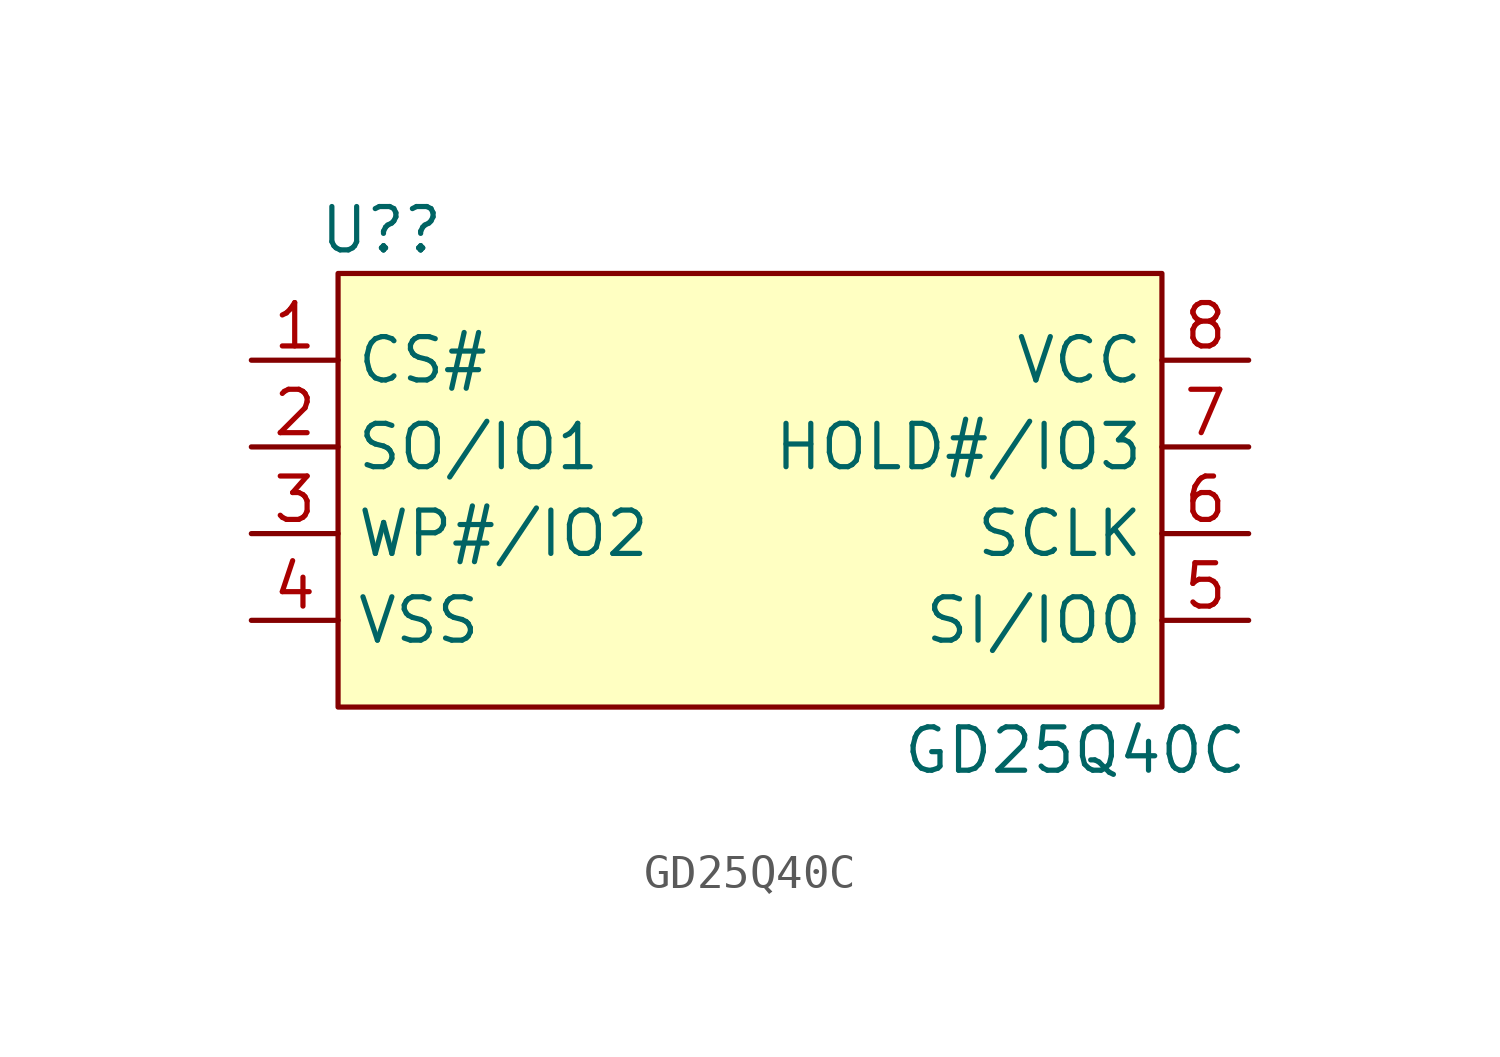
<source format=kicad_sym>
(kicad_symbol_lib
  (version 20211014)
  (generator kicad_symbol_editor)
  (symbol "GD25Q40C"
    (property "Reference" "U?"
      (at -11.43 7.62 0)
      (effects (font (size 1.27 1.27))))
    (property "Value" "GD25Q40C"
      (at 8.89 -7.62 0)
      (effects (font (size 1.27 1.27))))
    (symbol "GD25Q40C_0_1"
      (rectangle (start -12.7 6.35) (end 11.43 -6.35) (stroke (width 0) (type default) (color 0 0 0 0)) (fill (type background))))
    (symbol "GD25Q40C_1_1"
      (pin bidirectional line (at -15.24 3.81 0) (length 2.54) (name "CS#" (effects (font (size 1.27 1.27)))) (number "1" (effects (font (size 1.27 1.27)))))
      (pin bidirectional line (at -15.24 1.27 0) (length 2.54) (name "SO/IO1" (effects (font (size 1.27 1.27)))) (number "2" (effects (font (size 1.27 1.27)))))
      (pin bidirectional line (at -15.24 -1.27 0) (length 2.54) (name "WP#/IO2" (effects (font (size 1.27 1.27)))) (number "3" (effects (font (size 1.27 1.27)))))
      (pin power_in line (at -15.24 -3.81 0) (length 2.54) (name "VSS" (effects (font (size 1.27 1.27)))) (number "4" (effects (font (size 1.27 1.27)))))
      (pin bidirectional line (at 13.97 -3.81 180) (length 2.54) (name "SI/IO0" (effects (font (size 1.27 1.27)))) (number "5" (effects (font (size 1.27 1.27)))))
      (pin bidirectional line (at 13.97 -1.27 180) (length 2.54) (name "SCLK" (effects (font (size 1.27 1.27)))) (number "6" (effects (font (size 1.27 1.27)))))
      (pin bidirectional line (at 13.97 1.27 180) (length 2.54) (name "HOLD#/IO3" (effects (font (size 1.27 1.27)))) (number "7" (effects (font (size 1.27 1.27)))))
      (pin power_in line (at 13.97 3.81 180) (length 2.54) (name "VCC" (effects (font (size 1.27 1.27)))) (number "8" (effects (font (size 1.27 1.27))))))))
</source>
